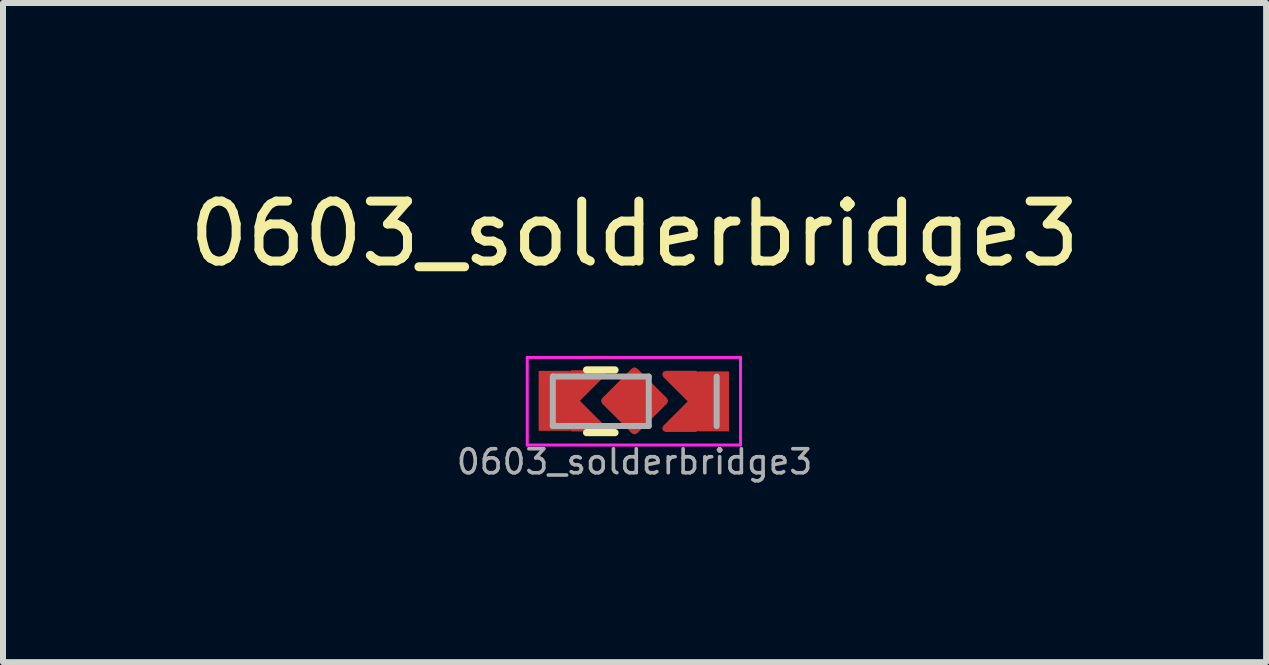
<source format=kicad_pcb>
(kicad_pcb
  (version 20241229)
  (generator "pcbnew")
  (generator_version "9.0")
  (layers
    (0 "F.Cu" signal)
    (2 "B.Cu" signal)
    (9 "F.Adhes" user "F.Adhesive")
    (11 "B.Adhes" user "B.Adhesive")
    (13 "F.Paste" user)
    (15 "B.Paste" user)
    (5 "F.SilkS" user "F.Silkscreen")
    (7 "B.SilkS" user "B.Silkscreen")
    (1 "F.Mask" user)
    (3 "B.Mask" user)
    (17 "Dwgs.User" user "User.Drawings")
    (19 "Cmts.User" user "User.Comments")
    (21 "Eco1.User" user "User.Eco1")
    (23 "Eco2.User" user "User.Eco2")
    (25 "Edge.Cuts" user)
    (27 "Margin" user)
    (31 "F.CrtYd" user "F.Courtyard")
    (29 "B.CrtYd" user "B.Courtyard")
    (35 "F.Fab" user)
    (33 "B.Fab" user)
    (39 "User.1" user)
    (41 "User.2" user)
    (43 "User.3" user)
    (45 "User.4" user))
  (footprint "0603_solderbridge3"
    (layer "F.Cu")
    (at 7.53 1.348)
    (property "Reference" "0603_solderbridge3" (at 0 -0.5 0) (unlocked yes) (layer "F.SilkS") (effects (font (size 1 1) (thickness 0.15))))
    (attr smd)
    (fp_rect (start -1.561 1.786) (end 1.564 2.786) (stroke (width 0) (type solid)) (fill yes) (layer "F.Mask"))
    (fp_line (start -0.8 1.77) (end -0.326 1.77) (stroke (width 0.12) (type solid)) (layer "F.SilkS"))
    (fp_line (start -0.8 2.815) (end -0.326 2.815) (stroke (width 0.12) (type solid)) (layer "F.SilkS"))
    (fp_line (start -1.789 1.562) (end 1.767 1.562) (stroke (width 0.05) (type solid)) (layer "F.CrtYd"))
    (fp_line (start -1.789 3.022) (end -1.789 1.562) (stroke (width 0.05) (type solid)) (layer "F.CrtYd"))
    (fp_line (start 1.767 1.562) (end 1.767 3.022) (stroke (width 0.05) (type solid)) (layer "F.CrtYd"))
    (fp_line (start 1.767 3.022) (end -1.789 3.022) (stroke (width 0.05) (type solid)) (layer "F.CrtYd"))
    (fp_line (start -1.363 1.88) (end 0.237 1.88) (stroke (width 0.1) (type solid)) (layer "F.Fab"))
    (fp_line (start -1.363 2.705) (end -1.363 1.88) (stroke (width 0.1) (type solid)) (layer "F.Fab"))
    (fp_line (start 0.237 1.88) (end 0.237 2.705) (stroke (width 0.1) (type solid)) (layer "F.Fab"))
    (fp_line (start 0.237 2.705) (end -1.363 2.705) (stroke (width 0.1) (type solid)) (layer "F.Fab"))
    (fp_line (start 1.369 1.882) (end 1.369 2.707) (stroke (width 0.1) (type solid)) (layer "F.Fab"))
    (fp_text user "${REFERENCE}" (at 0 3.302 0) (layer "F.Fab") (effects (font (size 0.4 0.4) (thickness 0.06))))
    (pad "1" smd custom (at -1.346 2.285) (size 0.507 1) (layers "F.Cu" "F.Mask") (options (anchor rect)) (primitives (gr_poly (pts (xy 0.3 -0.05) (xy 0.3 0.45) (xy 0.8 0.45)) (width 0.12) (fill yes)) (gr_poly (pts (xy 0.8 -0.45) (xy 0.3 -0.45) (xy 0.3 0.05)) (width 0.12) (fill yes))))
    (pad "2" smd custom (at 0 2.286) (size 0.1 0.5) (layers "F.Cu" "F.Mask") (options (anchor rect)) (primitives (gr_poly (pts (xy 0 -0.5) (xy 0 0.5) (xy 0.5 0)) (width 0.12) (fill yes)) (gr_poly (pts (xy 0 0.5) (xy 0 -0.5) (xy -0.5 0)) (width 0.12) (fill yes))))
    (pad "3" smd custom (at 1.321 2.294 180) (size 0.507 1) (layers "F.Cu" "F.Mask") (options (anchor rect)) (primitives (gr_poly (pts (xy 0.3 -0.05) (xy 0.3 0.45) (xy 0.8 0.45)) (width 0.12) (fill yes)) (gr_poly (pts (xy 0.8 -0.45) (xy 0.3 -0.45) (xy 0.3 0.05)) (width 0.12) (fill yes)))))
  (gr_rect
    (start -3 -3)
    (end 18.06 7.99)
    (stroke (width 0.1) (type default))
    (fill no)
    (layer "Edge.Cuts")))
</source>
